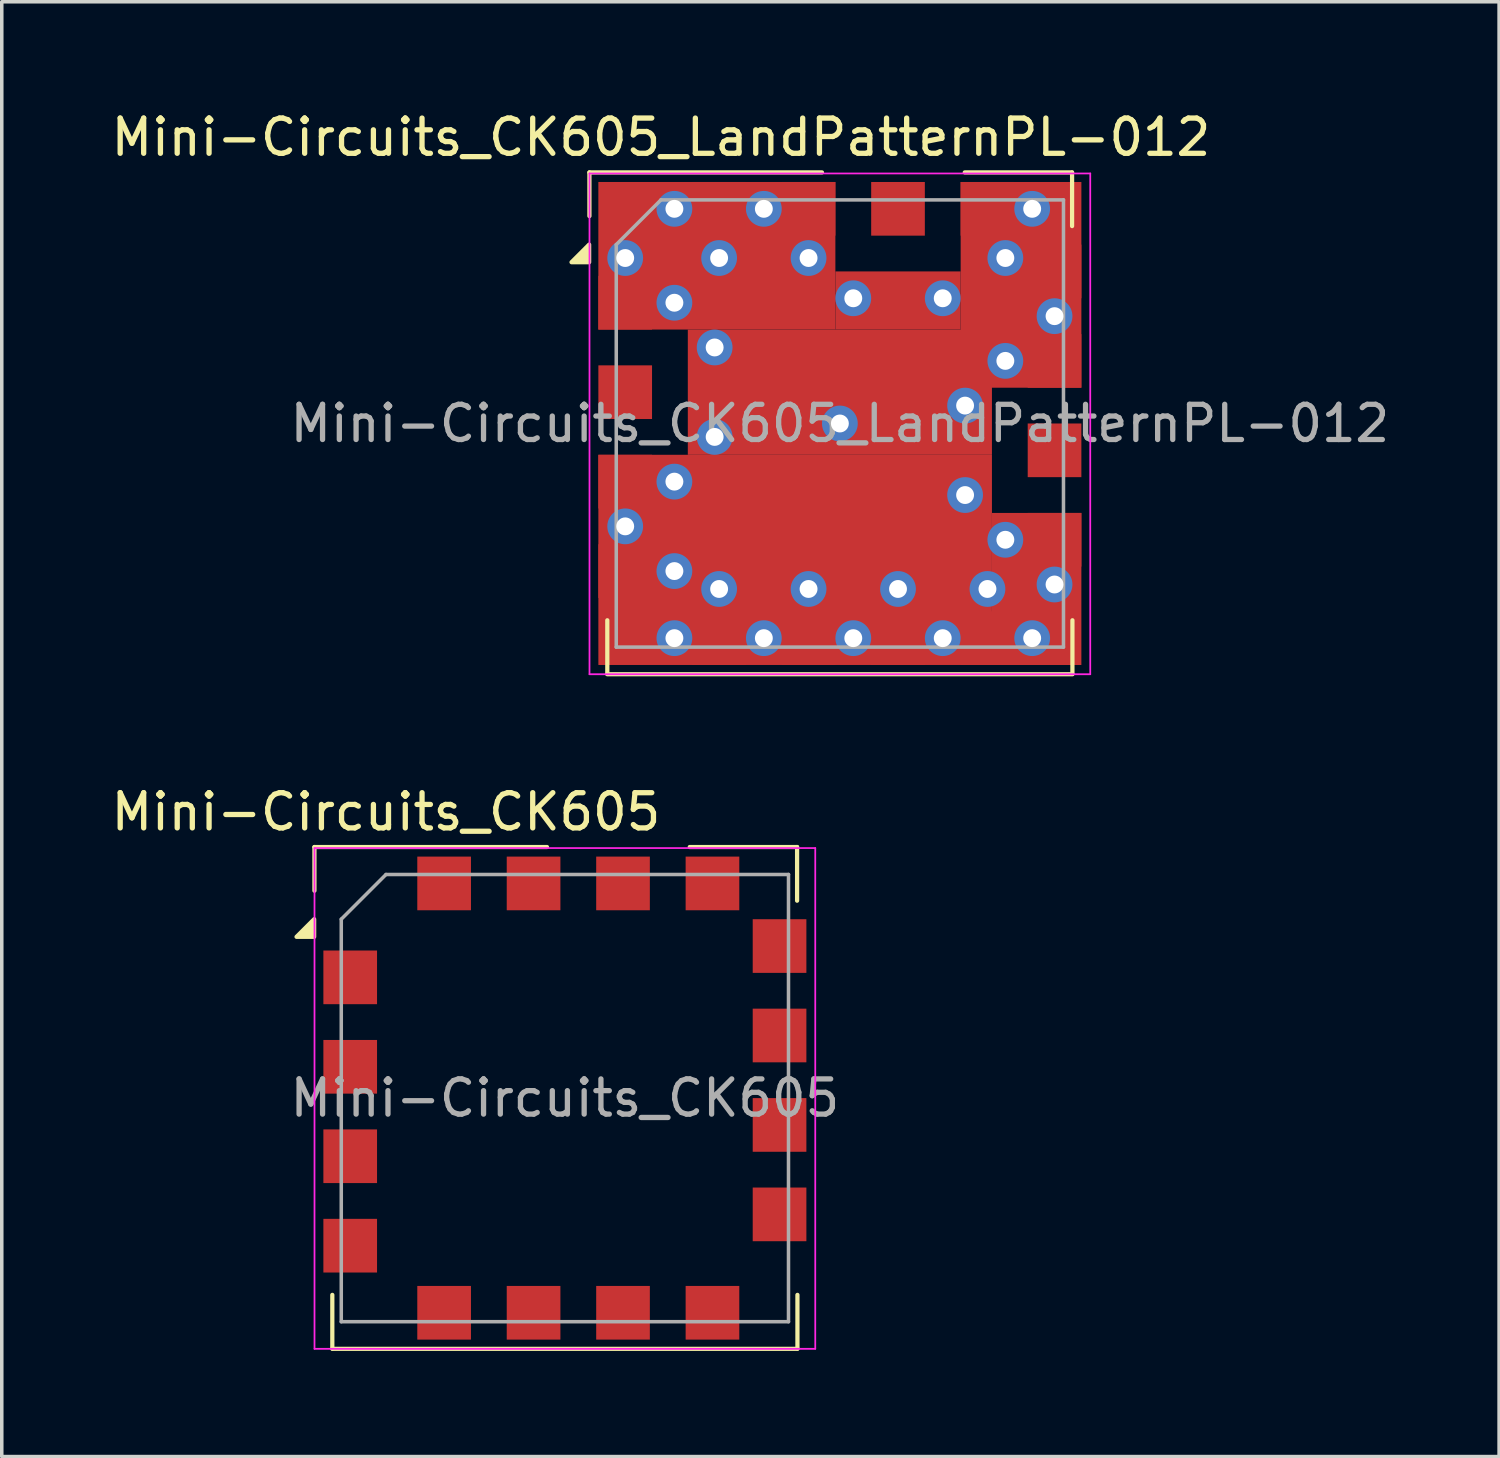
<source format=kicad_pcb>
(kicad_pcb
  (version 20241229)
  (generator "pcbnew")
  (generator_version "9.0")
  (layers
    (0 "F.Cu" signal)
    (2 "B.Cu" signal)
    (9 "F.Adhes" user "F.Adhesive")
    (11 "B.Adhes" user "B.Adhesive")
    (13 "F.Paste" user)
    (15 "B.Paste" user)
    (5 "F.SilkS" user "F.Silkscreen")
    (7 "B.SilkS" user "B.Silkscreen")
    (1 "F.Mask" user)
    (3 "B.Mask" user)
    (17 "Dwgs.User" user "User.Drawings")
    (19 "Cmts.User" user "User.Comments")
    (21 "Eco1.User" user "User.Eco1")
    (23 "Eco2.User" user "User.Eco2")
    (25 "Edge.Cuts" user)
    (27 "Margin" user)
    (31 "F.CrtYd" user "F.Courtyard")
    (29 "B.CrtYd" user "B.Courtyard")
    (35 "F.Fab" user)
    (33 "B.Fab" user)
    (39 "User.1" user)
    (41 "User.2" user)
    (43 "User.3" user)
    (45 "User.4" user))
  (footprint "Mini-Circuits_CK605"
    (layer "F.Cu")
    (at 12.991 28.133)
    (property "Reference" "Mini-Circuits_CK605" (at -5.08 -8.128 180) (layer "F.SilkS") (effects (font (size 1 1) (thickness 0.15))))
    (attr smd)
    (fp_line (start -7.112 -7.13) (end -0.508 -7.13) (stroke (width 0.12) (type solid)) (layer "F.SilkS"))
    (fp_line (start -7.112 -5.89) (end -7.112 -7.13) (stroke (width 0.12) (type solid)) (layer "F.SilkS"))
    (fp_line (start -6.604 5.588) (end -6.604 7.112) (stroke (width 0.12) (type solid)) (layer "F.SilkS"))
    (fp_line (start -6.604 7.12) (end 6.604 7.12) (stroke (width 0.12) (type solid)) (layer "F.SilkS"))
    (fp_line (start 3.546 -7.13) (end 6.594 -7.13) (stroke (width 0.12) (type solid)) (layer "F.SilkS"))
    (fp_line (start 6.594 -5.606) (end 6.594 -7.13) (stroke (width 0.12) (type solid)) (layer "F.SilkS"))
    (fp_line (start 6.604 7.112) (end 6.604 5.588) (stroke (width 0.12) (type solid)) (layer "F.SilkS"))
    (fp_poly (pts (xy -7.12 -4.58) (xy -7.62 -4.58) (xy -7.12 -5.08) (xy -7.12 -4.58)) (stroke (width 0.12) (type solid)) (fill yes) (layer "F.SilkS"))
    (fp_line (start -7.11 -7.1) (end -7.11 7.12) (stroke (width 0.05) (type solid)) (layer "F.CrtYd"))
    (fp_line (start -7.11 -7.1) (end 7.11 -7.1) (stroke (width 0.05) (type solid)) (layer "F.CrtYd"))
    (fp_line (start 7.11 7.12) (end -7.11 7.12) (stroke (width 0.05) (type solid)) (layer "F.CrtYd"))
    (fp_line (start 7.11 7.12) (end 7.11 -7.1) (stroke (width 0.05) (type solid)) (layer "F.CrtYd"))
    (fp_line (start -6.35 -5.08) (end -6.35 6.35) (stroke (width 0.1) (type solid)) (layer "F.Fab"))
    (fp_line (start -6.35 -5.08) (end -5.08 -6.35) (stroke (width 0.1) (type solid)) (layer "F.Fab"))
    (fp_line (start -6.35 6.35) (end 6.35 6.35) (stroke (width 0.1) (type solid)) (layer "F.Fab"))
    (fp_line (start 6.35 -6.35) (end -5.08 -6.35) (stroke (width 0.1) (type solid)) (layer "F.Fab"))
    (fp_line (start 6.35 6.35) (end 6.35 -6.35) (stroke (width 0.1) (type solid)) (layer "F.Fab"))
    (fp_text user "${REFERENCE}" (at 0 0 0) (layer "F.Fab") (effects (font (size 1 1) (thickness 0.15))))
    (pad "1" smd rect (at -6.096 -3.429 270) (size 1.524 1.524) (layers "F.Cu" "F.Mask" "F.Paste"))
    (pad "2" smd rect (at -6.096 -0.889 270) (size 1.524 1.524) (layers "F.Cu" "F.Mask" "F.Paste"))
    (pad "3" smd rect (at -6.096 1.651 270) (size 1.524 1.524) (layers "F.Cu" "F.Mask" "F.Paste"))
    (pad "4" smd rect (at -6.096 4.191 270) (size 1.524 1.524) (layers "F.Cu" "F.Mask" "F.Paste"))
    (pad "5" smd rect (at -3.429 6.096 270) (size 1.524 1.524) (layers "F.Cu" "F.Mask" "F.Paste"))
    (pad "6" smd rect (at -0.889 6.096 270) (size 1.524 1.524) (layers "F.Cu" "F.Mask" "F.Paste"))
    (pad "7" smd rect (at 1.651 6.096 270) (size 1.524 1.524) (layers "F.Cu" "F.Mask" "F.Paste"))
    (pad "8" smd rect (at 4.191 6.096 270) (size 1.524 1.524) (layers "F.Cu" "F.Mask" "F.Paste"))
    (pad "9" smd rect (at 6.096 3.302 270) (size 1.524 1.524) (layers "F.Cu" "F.Mask" "F.Paste"))
    (pad "10" smd rect (at 6.096 0.762 270) (size 1.524 1.524) (layers "F.Cu" "F.Mask" "F.Paste"))
    (pad "11" smd rect (at 6.096 -1.778 270) (size 1.524 1.524) (layers "F.Cu" "F.Mask" "F.Paste"))
    (pad "12" smd rect (at 6.096 -4.318 270) (size 1.524 1.524) (layers "F.Cu" "F.Mask" "F.Paste"))
    (pad "13" smd rect (at 4.191 -6.096 270) (size 1.524 1.524) (layers "F.Cu" "F.Mask" "F.Paste"))
    (pad "14" smd rect (at 1.651 -6.096 270) (size 1.524 1.524) (layers "F.Cu" "F.Mask" "F.Paste"))
    (pad "15" smd rect (at -0.889 -6.096 270) (size 1.524 1.524) (layers "F.Cu" "F.Mask" "F.Paste"))
    (pad "16" smd rect (at -3.429 -6.096 270) (size 1.524 1.524) (layers "F.Cu" "F.Mask" "F.Paste")))
  (footprint "Mini-Circuits_CK605_LandPatternPL-012"
    (layer "F.Cu")
    (at 20.8 8.976)
    (property "Reference" "Mini-Circuits_CK605_LandPatternPL-012" (at -5.08 -8.128 180) (layer "F.SilkS") (effects (font (size 1 1) (thickness 0.15))))
    (attr smd)
    (fp_line (start -7.112 -7.13) (end -0.508 -7.13) (stroke (width 0.12) (type solid)) (layer "F.SilkS"))
    (fp_line (start -7.112 -5.89) (end -7.112 -7.13) (stroke (width 0.12) (type solid)) (layer "F.SilkS"))
    (fp_line (start -6.604 5.588) (end -6.604 7.112) (stroke (width 0.12) (type solid)) (layer "F.SilkS"))
    (fp_line (start -6.604 7.12) (end 6.604 7.12) (stroke (width 0.12) (type solid)) (layer "F.SilkS"))
    (fp_line (start 3.546 -7.13) (end 6.594 -7.13) (stroke (width 0.12) (type solid)) (layer "F.SilkS"))
    (fp_line (start 6.594 -5.606) (end 6.594 -7.13) (stroke (width 0.12) (type solid)) (layer "F.SilkS"))
    (fp_line (start 6.604 7.112) (end 6.604 5.588) (stroke (width 0.12) (type solid)) (layer "F.SilkS"))
    (fp_poly (pts (xy -7.12 -4.58) (xy -7.62 -4.58) (xy -7.12 -5.08) (xy -7.12 -4.58)) (stroke (width 0.12) (type solid)) (fill yes) (layer "F.SilkS"))
    (fp_line (start -7.11 -7.1) (end -7.11 7.12) (stroke (width 0.05) (type solid)) (layer "F.CrtYd"))
    (fp_line (start -7.11 -7.1) (end 7.11 -7.1) (stroke (width 0.05) (type solid)) (layer "F.CrtYd"))
    (fp_line (start 7.11 7.12) (end -7.11 7.12) (stroke (width 0.05) (type solid)) (layer "F.CrtYd"))
    (fp_line (start 7.11 7.12) (end 7.11 -7.1) (stroke (width 0.05) (type solid)) (layer "F.CrtYd"))
    (fp_line (start -6.35 -5.08) (end -6.35 6.35) (stroke (width 0.1) (type solid)) (layer "F.Fab"))
    (fp_line (start -6.35 -5.08) (end -5.08 -6.35) (stroke (width 0.1) (type solid)) (layer "F.Fab"))
    (fp_line (start -6.35 6.35) (end 6.35 6.35) (stroke (width 0.1) (type solid)) (layer "F.Fab"))
    (fp_line (start 6.35 -6.35) (end -5.08 -6.35) (stroke (width 0.1) (type solid)) (layer "F.Fab"))
    (fp_line (start 6.35 6.35) (end 6.35 -6.35) (stroke (width 0.1) (type solid)) (layer "F.Fab"))
    (fp_text user "${REFERENCE}" (at 0 0 0) (layer "F.Fab") (effects (font (size 1 1) (thickness 0.15))))
    (pad "1" thru_hole circle (at -6.096 -4.699) (size 1.016 1.016) (drill 0.508) (layers "*.Cu"))
    (pad "1" smd rect (at -6.096 -3.429 270) (size 1.524 1.524) (layers "F.Cu" "F.Mask" "F.Paste"))
    (pad "1" thru_hole circle (at -6.096 2.921) (size 1.016 1.016) (drill 0.508) (layers "*.Cu"))
    (pad "1" thru_hole circle (at -4.699 -6.096) (size 1.016 1.016) (drill 0.508) (layers "*.Cu"))
    (pad "1" thru_hole circle (at -4.699 -3.429) (size 1.016 1.016) (drill 0.508) (layers "*.Cu"))
    (pad "1" thru_hole circle (at -4.699 1.651) (size 1.016 1.016) (drill 0.508) (layers "*.Cu"))
    (pad "1" thru_hole circle (at -4.699 4.191) (size 1.016 1.016) (drill 0.508) (layers "*.Cu"))
    (pad "1" thru_hole circle (at -4.699 6.096) (size 1.016 1.016) (drill 0.508) (layers "*.Cu"))
    (pad "1" thru_hole circle (at -3.556 -2.159) (size 1.016 1.016) (drill 0.508) (layers "*.Cu"))
    (pad "1" thru_hole circle (at -3.556 0.381) (size 1.016 1.016) (drill 0.508) (layers "*.Cu"))
    (pad "1" smd rect (at -3.493 -4.763) (size 6.731 4.191) (layers "F.Cu"))
    (pad "1" thru_hole circle (at -3.429 -4.699) (size 1.016 1.016) (drill 0.508) (layers "*.Cu"))
    (pad "1" thru_hole circle (at -3.429 4.699) (size 1.016 1.016) (drill 0.508) (layers "*.Cu"))
    (pad "1" thru_hole circle (at -2.159 -6.096) (size 1.016 1.016) (drill 0.508) (layers "*.Cu"))
    (pad "1" thru_hole circle (at -2.159 6.096) (size 1.016 1.016) (drill 0.508) (layers "*.Cu"))
    (pad "1" smd rect (at -1.27 3.873) (size 11.176 5.969) (layers "F.Cu"))
    (pad "1" thru_hole circle (at -0.889 -4.699) (size 1.016 1.016) (drill 0.508) (layers "*.Cu"))
    (pad "1" thru_hole circle (at -0.889 4.699) (size 1.016 1.016) (drill 0.508) (layers "*.Cu"))
    (pad "1" smd rect (at 0 -0.889) (size 8.636 3.556) (layers "F.Cu"))
    (pad "1" thru_hole circle (at 0 0) (size 1.016 1.016) (drill 0.508) (layers "*.Cu"))
    (pad "1" thru_hole circle (at 0.381 -3.556) (size 1.016 1.016) (drill 0.508) (layers "*.Cu"))
    (pad "1" thru_hole circle (at 0.381 6.096) (size 1.016 1.016) (drill 0.508) (layers "*.Cu"))
    (pad "1" smd rect (at 1.651 -3.493) (size 3.556 1.651) (layers "F.Cu"))
    (pad "1" thru_hole circle (at 1.651 4.699) (size 1.016 1.016) (drill 0.508) (layers "*.Cu"))
    (pad "1" thru_hole circle (at 2.921 -3.556) (size 1.016 1.016) (drill 0.508) (layers "*.Cu"))
    (pad "1" thru_hole circle (at 2.921 6.096) (size 1.016 1.016) (drill 0.508) (layers "*.Cu"))
    (pad "1" thru_hole circle (at 3.556 -0.508) (size 1.016 1.016) (drill 0.508) (layers "*.Cu"))
    (pad "1" thru_hole circle (at 3.556 2.032) (size 1.016 1.016) (drill 0.508) (layers "*.Cu"))
    (pad "1" thru_hole circle (at 4.191 4.699) (size 1.016 1.016) (drill 0.508) (layers "*.Cu"))
    (pad "1" thru_hole circle (at 4.699 -4.699) (size 1.016 1.016) (drill 0.508) (layers "*.Cu"))
    (pad "1" thru_hole circle (at 4.699 -1.778) (size 1.016 1.016) (drill 0.508) (layers "*.Cu"))
    (pad "1" thru_hole circle (at 4.699 3.302) (size 1.016 1.016) (drill 0.508) (layers "*.Cu"))
    (pad "1" smd rect (at 5.144 -3.937) (size 3.429 5.842) (layers "F.Cu"))
    (pad "1" thru_hole circle (at 5.461 -6.096) (size 1.016 1.016) (drill 0.508) (layers "*.Cu"))
    (pad "1" thru_hole circle (at 5.461 6.096) (size 1.016 1.016) (drill 0.508) (layers "*.Cu"))
    (pad "1" smd rect (at 5.588 4.699) (size 2.54 4.318) (layers "F.Cu"))
    (pad "1" thru_hole circle (at 6.096 -3.048) (size 1.016 1.016) (drill 0.508) (layers "*.Cu"))
    (pad "1" thru_hole circle (at 6.096 4.572) (size 1.016 1.016) (drill 0.508) (layers "*.Cu"))
    (pad "2" smd rect (at -6.096 -0.889 270) (size 1.524 1.524) (layers "F.Cu" "F.Mask" "F.Paste"))
    (pad "3" smd rect (at -6.096 1.651 270) (size 1.524 1.524) (layers "F.Cu" "F.Mask" "F.Paste"))
    (pad "4" smd rect (at -6.096 4.191 270) (size 1.524 1.524) (layers "F.Cu" "F.Mask" "F.Paste"))
    (pad "5" smd rect (at -3.429 6.096 270) (size 1.524 1.524) (layers "F.Cu" "F.Mask" "F.Paste"))
    (pad "6" smd rect (at -0.889 6.096 270) (size 1.524 1.524) (layers "F.Cu" "F.Mask" "F.Paste"))
    (pad "7" smd rect (at 1.651 6.096 270) (size 1.524 1.524) (layers "F.Cu" "F.Mask" "F.Paste"))
    (pad "8" smd rect (at 4.191 6.096 270) (size 1.524 1.524) (layers "F.Cu" "F.Mask" "F.Paste"))
    (pad "9" smd rect (at 6.096 3.302 270) (size 1.524 1.524) (layers "F.Cu" "F.Mask" "F.Paste"))
    (pad "10" smd rect (at 6.096 0.762 270) (size 1.524 1.524) (layers "F.Cu" "F.Mask" "F.Paste"))
    (pad "11" smd rect (at 6.096 -1.778 270) (size 1.524 1.524) (layers "F.Cu" "F.Mask" "F.Paste"))
    (pad "12" smd rect (at 6.096 -4.318 270) (size 1.524 1.524) (layers "F.Cu" "F.Mask" "F.Paste"))
    (pad "13" smd rect (at 4.191 -6.096 270) (size 1.524 1.524) (layers "F.Cu" "F.Mask" "F.Paste"))
    (pad "14" smd rect (at 1.651 -6.096 270) (size 1.524 1.524) (layers "F.Cu" "F.Mask" "F.Paste"))
    (pad "15" smd rect (at -0.889 -6.096 270) (size 1.524 1.524) (layers "F.Cu" "F.Mask" "F.Paste"))
    (pad "16" smd rect (at -3.429 -6.096 270) (size 1.524 1.524) (layers "F.Cu" "F.Mask" "F.Paste")))
  (gr_rect
    (start -3 -3)
    (end 39.52 38.312)
    (stroke (width 0.1) (type default))
    (fill no)
    (layer "Edge.Cuts")))
</source>
